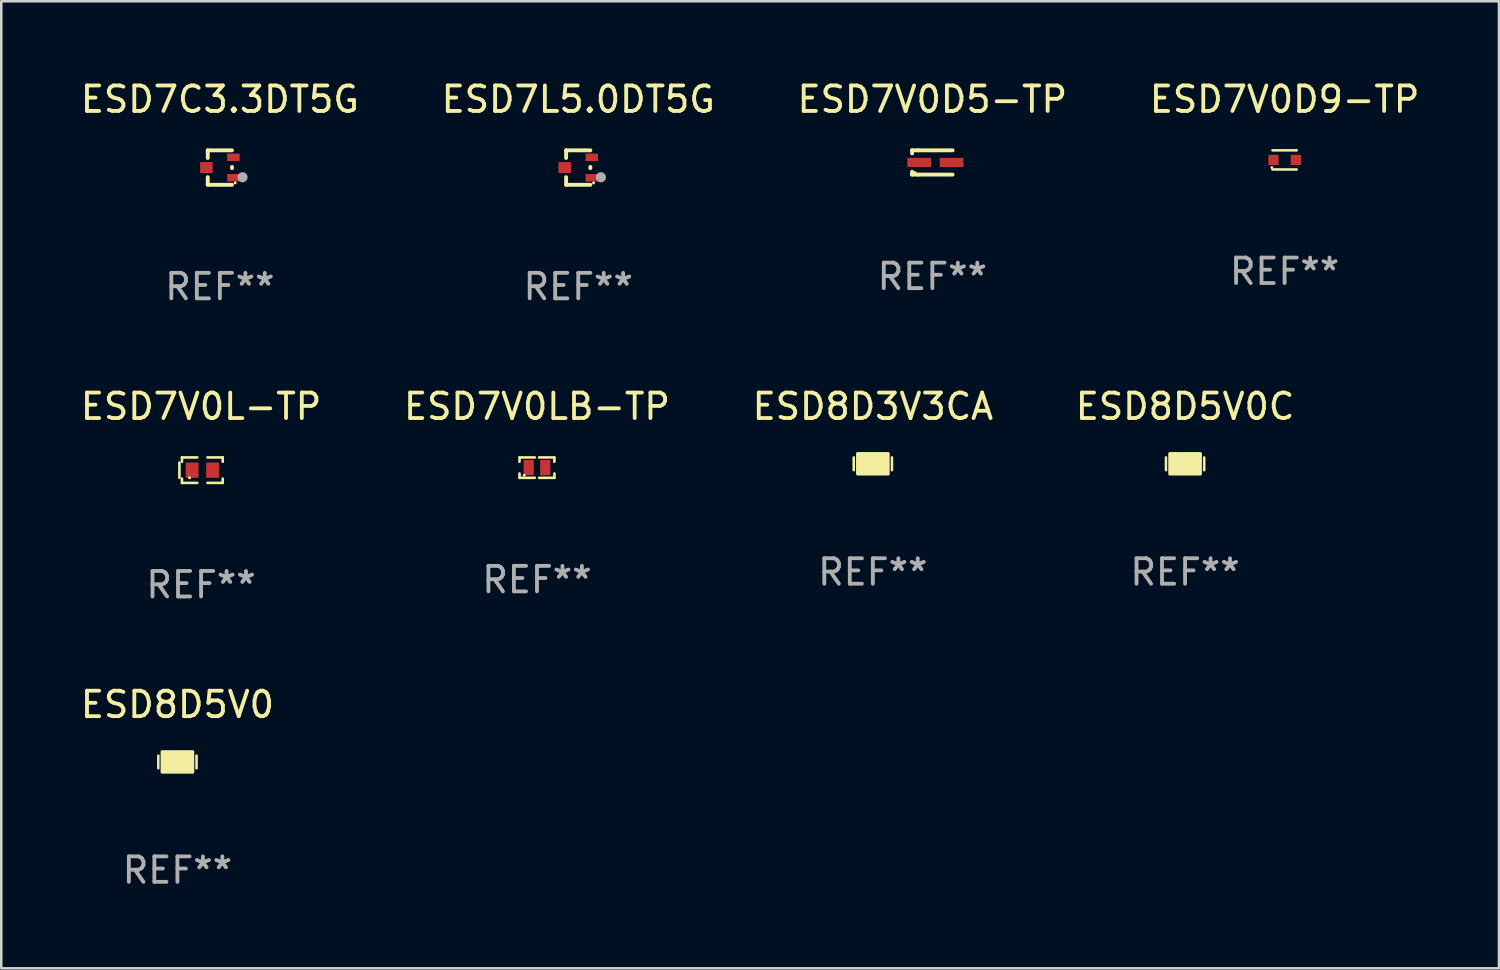
<source format=kicad_pcb>
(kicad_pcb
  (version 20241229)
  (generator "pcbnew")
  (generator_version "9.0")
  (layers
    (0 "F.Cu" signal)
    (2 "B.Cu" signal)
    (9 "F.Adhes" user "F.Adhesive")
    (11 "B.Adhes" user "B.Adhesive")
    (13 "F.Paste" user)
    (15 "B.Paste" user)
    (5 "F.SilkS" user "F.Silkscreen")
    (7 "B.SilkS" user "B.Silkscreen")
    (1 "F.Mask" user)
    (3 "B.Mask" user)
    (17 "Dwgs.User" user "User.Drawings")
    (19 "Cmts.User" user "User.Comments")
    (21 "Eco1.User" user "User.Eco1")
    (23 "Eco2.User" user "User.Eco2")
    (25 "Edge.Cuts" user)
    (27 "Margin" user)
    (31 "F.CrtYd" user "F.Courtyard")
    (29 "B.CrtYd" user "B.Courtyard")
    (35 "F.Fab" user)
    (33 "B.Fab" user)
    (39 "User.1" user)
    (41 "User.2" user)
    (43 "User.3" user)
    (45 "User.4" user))
  (footprint "ESD7V0D9-TP"
    (layer "F.Cu")
    (at 47.351 3.224)
    (property "Reference" "ESD7V0D9-TP" (at 0 -2.376 0) (layer "F.SilkS") (effects (font (size 1 1) (thickness 0.15))))
    (attr through_hole)
    (fp_line (start 0.476 -0.376) (end -0.476 -0.376) (stroke (width 0.1) (type solid)) (layer "F.SilkS"))
    (fp_line (start 0.476 0.376) (end -0.476 0.376) (stroke (width 0.1) (type solid)) (layer "F.SilkS"))
    (fp_circle (center -0.5 0.3) (end -0.47 0.3) (stroke (width 0.06) (type solid)) (fill no) (layer "F.SilkS"))
    (fp_text user "REF**" (at 0 4.376 0) (layer "F.Fab") (effects (font (size 1 1) (thickness 0.15))))
    (pad "1" smd rect (at -0.44 0 180) (size 0.4 0.4) (layers "F.Cu" "F.Mask" "F.Paste"))
    (pad "2" smd rect (at 0.44 0 180) (size 0.4 0.4) (layers "F.Cu" "F.Mask" "F.Paste")))
  (footprint "ESD8D3V3CA"
    (layer "F.Cu")
    (at 31.196 15.147)
    (property "Reference" "ESD8D3V3CA" (at 0 -2.25 0) (layer "F.SilkS") (effects (font (size 1 1) (thickness 0.15))))
    (attr through_hole)
    (fp_line (start -0.75 0.25) (end -0.75 -0.25) (stroke (width 0.1) (type solid)) (layer "F.SilkS"))
    (fp_line (start 0.75 -0.25) (end 0.75 0.25) (stroke (width 0.1) (type solid)) (layer "F.SilkS"))
    (fp_circle (center -0.5 0.3) (end -0.47 0.3) (stroke (width 0.06) (type solid)) (fill no) (layer "F.SilkS"))
    (fp_poly (pts (xy -0.6 -0.4) (xy 0.6 -0.4) (xy 0.6 0.4) (xy -0.6 0.4)) (stroke (width 0.12) (type solid)) (fill yes) (layer "F.SilkS"))
    (fp_text user "REF**" (at 0 4.25 0) (layer "F.Fab") (effects (font (size 1 1) (thickness 0.15))))
    (pad "1" smd rect (at -0.325 -0.000013) (size 0.3 0.6) (layers "F.Cu" "F.Mask" "F.Paste"))
    (pad "2" smd rect (at 0.325 -0.000013) (size 0.3 0.6) (layers "F.Cu" "F.Mask" "F.Paste")))
  (footprint "ESD8D5V0"
    (layer "F.Cu")
    (at 3.911 26.844)
    (property "Reference" "ESD8D5V0" (at 0 -2.25 0) (layer "F.SilkS") (effects (font (size 1 1) (thickness 0.15))))
    (attr through_hole)
    (fp_line (start -0.75 0.25) (end -0.75 -0.25) (stroke (width 0.1) (type solid)) (layer "F.SilkS"))
    (fp_line (start 0.75 -0.25) (end 0.75 0.25) (stroke (width 0.1) (type solid)) (layer "F.SilkS"))
    (fp_circle (center -0.5 0.3) (end -0.47 0.3) (stroke (width 0.06) (type solid)) (fill no) (layer "F.SilkS"))
    (fp_poly (pts (xy -0.6 -0.4) (xy 0.6 -0.4) (xy 0.6 0.4) (xy -0.6 0.4)) (stroke (width 0.12) (type solid)) (fill yes) (layer "F.SilkS"))
    (fp_text user "REF**" (at 0 4.25 0) (layer "F.Fab") (effects (font (size 1 1) (thickness 0.15))))
    (pad "1" smd rect (at -0.325 -0.000013) (size 0.3 0.6) (layers "F.Cu" "F.Mask" "F.Paste"))
    (pad "2" smd rect (at 0.325 -0.000013) (size 0.3 0.6) (layers "F.Cu" "F.Mask" "F.Paste")))
  (footprint "ESD7V0LB-TP"
    (layer "F.Cu")
    (at 18.018 15.297)
    (property "Reference" "ESD7V0LB-TP" (at 0 -2.4 0) (layer "F.SilkS") (effects (font (size 1 1) (thickness 0.15))))
    (attr through_hole)
    (fp_line (start -0.685 -0.4) (end -0.685 -0.23) (stroke (width 0.102) (type solid)) (layer "F.SilkS"))
    (fp_line (start -0.685 0.4) (end -0.685 0.23) (stroke (width 0.102) (type solid)) (layer "F.SilkS"))
    (fp_line (start -0.085 -0.4) (end -0.685 -0.4) (stroke (width 0.102) (type solid)) (layer "F.SilkS"))
    (fp_line (start -0.085 0.4) (end -0.685 0.4) (stroke (width 0.102) (type solid)) (layer "F.SilkS"))
    (fp_line (start 0.082 -0.4) (end 0.682 -0.4) (stroke (width 0.102) (type solid)) (layer "F.SilkS"))
    (fp_line (start 0.085 0.4) (end 0.685 0.4) (stroke (width 0.102) (type solid)) (layer "F.SilkS"))
    (fp_line (start 0.682 -0.4) (end 0.682 -0.23) (stroke (width 0.102) (type solid)) (layer "F.SilkS"))
    (fp_line (start 0.685 0.4) (end 0.685 0.23) (stroke (width 0.102) (type solid)) (layer "F.SilkS"))
    (fp_circle (center -0.5 0.3) (end -0.47 0.3) (stroke (width 0.06) (type solid)) (fill no) (layer "F.SilkS"))
    (fp_text user "REF**" (at 0 4.4 0) (layer "F.Fab") (effects (font (size 1 1) (thickness 0.15))))
    (pad "1" smd rect (at -0.325 0) (size 0.4 0.6) (layers "F.Cu" "F.Mask" "F.Paste"))
    (pad "2" smd rect (at 0.325 0) (size 0.4 0.6) (layers "F.Cu" "F.Mask" "F.Paste")))
  (footprint "ESD8D5V0C"
    (layer "F.Cu")
    (at 43.446 15.147)
    (property "Reference" "ESD8D5V0C" (at 0 -2.25 0) (layer "F.SilkS") (effects (font (size 1 1) (thickness 0.15))))
    (attr through_hole)
    (fp_line (start -0.75 0.25) (end -0.75 -0.25) (stroke (width 0.1) (type solid)) (layer "F.SilkS"))
    (fp_line (start 0.75 -0.25) (end 0.75 0.25) (stroke (width 0.1) (type solid)) (layer "F.SilkS"))
    (fp_circle (center -0.5 0.3) (end -0.47 0.3) (stroke (width 0.06) (type solid)) (fill no) (layer "F.SilkS"))
    (fp_poly (pts (xy -0.6 -0.4) (xy 0.6 -0.4) (xy 0.6 0.4) (xy -0.6 0.4)) (stroke (width 0.12) (type solid)) (fill yes) (layer "F.SilkS"))
    (fp_text user "REF**" (at 0 4.25 0) (layer "F.Fab") (effects (font (size 1 1) (thickness 0.15))))
    (pad "1" smd rect (at -0.325 -0.000013) (size 0.3 0.6) (layers "F.Cu" "F.Mask" "F.Paste"))
    (pad "2" smd rect (at 0.325 -0.000013) (size 0.3 0.6) (layers "F.Cu" "F.Mask" "F.Paste")))
  (footprint "ESD7C3.3DT5G"
    (layer "F.Cu")
    (at 5.577 3.524)
    (property "Reference" "ESD7C3.3DT5G" (at 0 -2.676 0) (layer "F.SilkS") (effects (font (size 1 1) (thickness 0.15))))
    (attr through_hole)
    (fp_line (start -0.476 -0.676) (end -0.476 -0.376) (stroke (width 0.152) (type solid)) (layer "F.SilkS"))
    (fp_line (start -0.476 0.676) (end -0.476 0.376) (stroke (width 0.152) (type solid)) (layer "F.SilkS"))
    (fp_line (start 0.476 -0.676) (end -0.476 -0.676) (stroke (width 0.152) (type solid)) (layer "F.SilkS"))
    (fp_line (start 0.476 -0.024) (end 0.476 0.024) (stroke (width 0.152) (type solid)) (layer "F.SilkS"))
    (fp_line (start 0.476 0.676) (end -0.476 0.676) (stroke (width 0.152) (type solid)) (layer "F.SilkS"))
    (fp_circle (center 0.6 0.6) (end 0.63 0.6) (stroke (width 0.06) (type solid)) (fill no) (layer "F.SilkS"))
    (fp_circle (center 0.889 0.381) (end 0.989 0.381) (stroke (width 0.2) (type solid)) (fill no) (layer "F.Fab"))
    (fp_text user "REF**" (at 0 4.676 0) (layer "F.Fab") (effects (font (size 1 1) (thickness 0.15))))
    (pad "1" smd rect (at 0.53 0.4) (size 0.489 0.294) (layers "F.Cu" "F.Mask" "F.Paste"))
    (pad "2" smd rect (at 0.53 -0.4) (size 0.489 0.294) (layers "F.Cu" "F.Mask" "F.Paste"))
    (pad "3" smd rect (at -0.53 0) (size 0.489 0.434) (layers "F.Cu" "F.Mask" "F.Paste")))
  (footprint "ESD7L5.0DT5G"
    (layer "F.Cu")
    (at 19.637 3.524)
    (property "Reference" "ESD7L5.0DT5G" (at 0 -2.676 0) (layer "F.SilkS") (effects (font (size 1 1) (thickness 0.15))))
    (attr through_hole)
    (fp_line (start -0.476 -0.676) (end -0.476 -0.376) (stroke (width 0.152) (type solid)) (layer "F.SilkS"))
    (fp_line (start -0.476 0.676) (end -0.476 0.376) (stroke (width 0.152) (type solid)) (layer "F.SilkS"))
    (fp_line (start 0.476 -0.676) (end -0.476 -0.676) (stroke (width 0.152) (type solid)) (layer "F.SilkS"))
    (fp_line (start 0.476 -0.024) (end 0.476 0.024) (stroke (width 0.152) (type solid)) (layer "F.SilkS"))
    (fp_line (start 0.476 0.676) (end -0.476 0.676) (stroke (width 0.152) (type solid)) (layer "F.SilkS"))
    (fp_circle (center 0.6 0.6) (end 0.63 0.6) (stroke (width 0.06) (type solid)) (fill no) (layer "F.SilkS"))
    (fp_circle (center 0.889 0.381) (end 0.989 0.381) (stroke (width 0.2) (type solid)) (fill no) (layer "F.Fab"))
    (fp_text user "REF**" (at 0 4.676 0) (layer "F.Fab") (effects (font (size 1 1) (thickness 0.15))))
    (pad "1" smd rect (at 0.53 0.4) (size 0.489 0.294) (layers "F.Cu" "F.Mask" "F.Paste"))
    (pad "2" smd rect (at 0.53 -0.4) (size 0.489 0.294) (layers "F.Cu" "F.Mask" "F.Paste"))
    (pad "3" smd rect (at -0.53 0) (size 0.489 0.434) (layers "F.Cu" "F.Mask" "F.Paste")))
  (footprint "ESD7V0L-TP"
    (layer "F.Cu")
    (at 4.839 15.397)
    (property "Reference" "ESD7V0L-TP" (at 0 -2.5 0) (layer "F.SilkS") (effects (font (size 1 1) (thickness 0.15))))
    (attr through_hole)
    (fp_line (start -0.85 -0.3) (end -0.85 0.3) (stroke (width 0.102) (type solid)) (layer "F.SilkS"))
    (fp_line (start -0.75 -0.5) (end -0.75 -0.329) (stroke (width 0.102) (type solid)) (layer "F.SilkS"))
    (fp_line (start -0.75 0.329) (end -0.75 0.5) (stroke (width 0.102) (type solid)) (layer "F.SilkS"))
    (fp_line (start -0.75 0.5) (end -0.15 0.5) (stroke (width 0.102) (type solid)) (layer "F.SilkS"))
    (fp_line (start -0.15 -0.5) (end -0.75 -0.5) (stroke (width 0.102) (type solid)) (layer "F.SilkS"))
    (fp_line (start 0.25 -0.5) (end 0.85 -0.5) (stroke (width 0.102) (type solid)) (layer "F.SilkS"))
    (fp_line (start 0.85 -0.5) (end 0.85 -0.33) (stroke (width 0.102) (type solid)) (layer "F.SilkS"))
    (fp_line (start 0.85 0.33) (end 0.85 0.5) (stroke (width 0.102) (type solid)) (layer "F.SilkS"))
    (fp_line (start 0.85 0.5) (end 0.25 0.5) (stroke (width 0.102) (type solid)) (layer "F.SilkS"))
    (fp_circle (center -0.45 0.3) (end -0.42 0.3) (stroke (width 0.06) (type solid)) (fill no) (layer "F.SilkS"))
    (fp_text user "REF**" (at 0 4.5 0) (layer "F.Fab") (effects (font (size 1 1) (thickness 0.15))))
    (pad "1" smd rect (at -0.35 0) (size 0.5 0.6) (layers "F.Cu" "F.Mask" "F.Paste"))
    (pad "2" smd rect (at 0.45 0) (size 0.5 0.6) (layers "F.Cu" "F.Mask" "F.Paste")))
  (footprint "ESD7V0D5-TP"
    (layer "F.Cu")
    (at 33.53 3.324)
    (property "Reference" "ESD7V0D5-TP" (at 0 -2.476 0) (layer "F.SilkS") (effects (font (size 1 1) (thickness 0.15))))
    (attr through_hole)
    (fp_line (start -0.795 -0.476) (end -0.795 -0.356) (stroke (width 0.152) (type solid)) (layer "F.SilkS"))
    (fp_line (start -0.795 0.363) (end -0.795 0.476) (stroke (width 0.152) (type solid)) (layer "F.SilkS"))
    (fp_line (start -0.795 0.476) (end -0.557 0.476) (stroke (width 0.152) (type solid)) (layer "F.SilkS"))
    (fp_line (start -0.557 -0.476) (end -0.795 -0.476) (stroke (width 0.152) (type solid)) (layer "F.SilkS"))
    (fp_line (start -0.557 -0.476) (end 0.795 -0.476) (stroke (width 0.152) (type solid)) (layer "F.SilkS"))
    (fp_line (start -0.557 0.476) (end 0.795 0.476) (stroke (width 0.152) (type solid)) (layer "F.SilkS"))
    (fp_circle (center -0.681 0.4) (end -0.651 0.4) (stroke (width 0.06) (type solid)) (fill no) (layer "F.SilkS"))
    (fp_text user "REF**" (at 0 4.476 0) (layer "F.Fab") (effects (font (size 1 1) (thickness 0.15))))
    (pad "1" smd rect (at -0.516 0 180) (size 0.93 0.36) (layers "F.Cu" "F.Mask" "F.Paste"))
    (pad "2" smd rect (at 0.754 0 180) (size 0.93 0.36) (layers "F.Cu" "F.Mask" "F.Paste")))
  (gr_rect
    (start -3 -3)
    (end 55.762 34.942)
    (stroke (width 0.1) (type default))
    (fill no)
    (layer "Edge.Cuts")))
</source>
